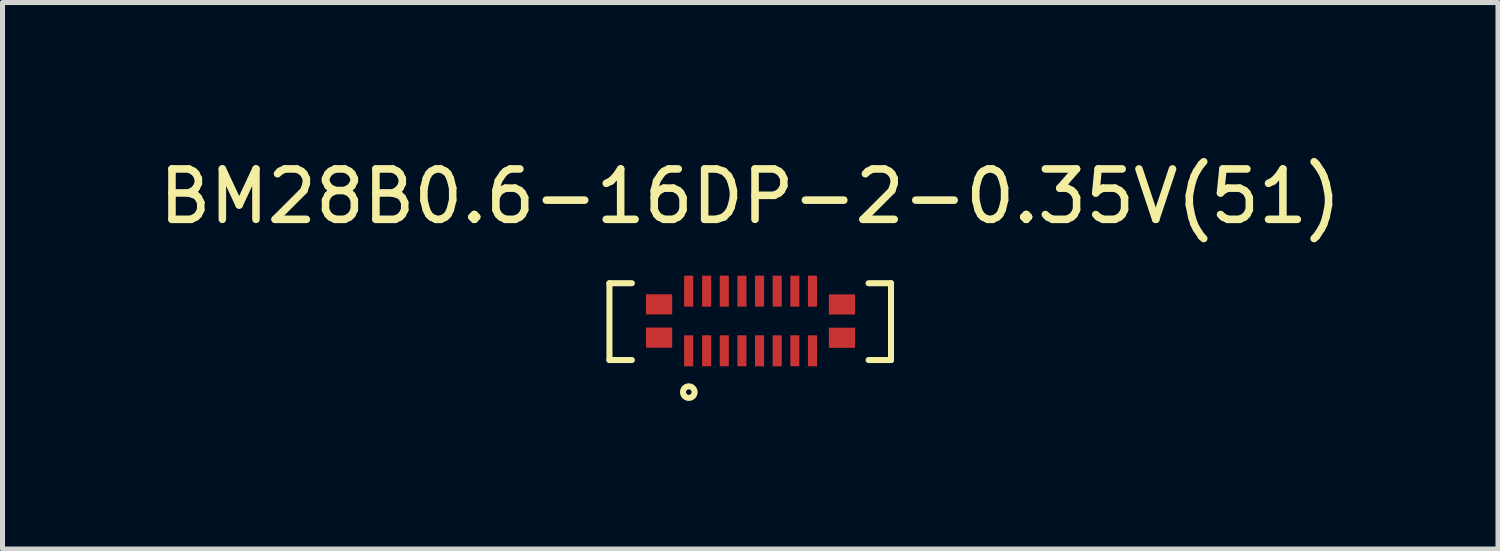
<source format=kicad_pcb>
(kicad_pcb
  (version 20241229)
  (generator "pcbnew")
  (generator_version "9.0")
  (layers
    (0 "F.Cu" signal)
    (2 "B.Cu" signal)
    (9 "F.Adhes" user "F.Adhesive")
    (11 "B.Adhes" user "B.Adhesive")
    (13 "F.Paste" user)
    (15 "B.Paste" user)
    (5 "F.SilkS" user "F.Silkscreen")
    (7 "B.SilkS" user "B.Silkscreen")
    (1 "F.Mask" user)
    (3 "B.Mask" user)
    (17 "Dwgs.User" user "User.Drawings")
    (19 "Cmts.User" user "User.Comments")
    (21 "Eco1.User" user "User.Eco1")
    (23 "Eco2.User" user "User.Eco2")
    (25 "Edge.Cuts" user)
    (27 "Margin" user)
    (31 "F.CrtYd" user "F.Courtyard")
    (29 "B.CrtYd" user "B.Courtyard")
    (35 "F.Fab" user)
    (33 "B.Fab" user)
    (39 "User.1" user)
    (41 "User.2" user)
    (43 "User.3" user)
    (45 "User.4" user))
  (footprint "BM28B0.6-16DP-2-0.35V(51)"
    (layer "F.Cu")
    (at 11.839 0.348)
    (property "Reference" "BM28B0.6-16DP-2-0.35V(51)" (at 0 0.5 0) (layer "F.SilkS") (effects (font (size 1 1) (thickness 0.15))))
    (attr through_hole)
    (fp_line (start -2.794 2.223) (end -2.794 3.747) (stroke (width 0.12) (type solid)) (layer "F.SilkS"))
    (fp_line (start -2.794 3.747) (end -2.349 3.747) (stroke (width 0.12) (type solid)) (layer "F.SilkS"))
    (fp_line (start -2.349 2.223) (end -2.794 2.223) (stroke (width 0.12) (type solid)) (layer "F.SilkS"))
    (fp_line (start 2.349 3.747) (end 2.794 3.747) (stroke (width 0.12) (type solid)) (layer "F.SilkS"))
    (fp_line (start 2.794 2.223) (end 2.349 2.223) (stroke (width 0.12) (type solid)) (layer "F.SilkS"))
    (fp_line (start 2.794 3.747) (end 2.794 2.223) (stroke (width 0.12) (type solid)) (layer "F.SilkS"))
    (fp_circle (center -1.219 4.384) (end -1.199 4.435) (stroke (width 0.12) (type solid)) (fill no) (layer "F.SilkS"))
    (pad "1" smd rect (at -1.222 3.564) (size 0.18 0.615) (layers "F.Cu" "F.Mask" "F.Paste"))
    (pad "2" smd rect (at -0.865 3.564) (size 0.18 0.615) (layers "F.Cu" "F.Mask" "F.Paste"))
    (pad "3" smd rect (at -0.515 3.564) (size 0.18 0.615) (layers "F.Cu" "F.Mask" "F.Paste"))
    (pad "4" smd rect (at -0.165 3.564) (size 0.18 0.615) (layers "F.Cu" "F.Mask" "F.Paste"))
    (pad "5" smd rect (at 0.185 3.564) (size 0.18 0.615) (layers "F.Cu" "F.Mask" "F.Paste"))
    (pad "6" smd rect (at 0.535 3.564) (size 0.18 0.615) (layers "F.Cu" "F.Mask" "F.Paste"))
    (pad "7" smd rect (at 0.885 3.564) (size 0.18 0.615) (layers "F.Cu" "F.Mask" "F.Paste"))
    (pad "8" smd rect (at 1.235 3.564) (size 0.18 0.615) (layers "F.Cu" "F.Mask" "F.Paste"))
    (pad "9" smd rect (at 1.235 2.38) (size 0.18 0.615) (layers "F.Cu" "F.Mask" "F.Paste"))
    (pad "10" smd rect (at 0.885 2.38) (size 0.18 0.615) (layers "F.Cu" "F.Mask" "F.Paste"))
    (pad "11" smd rect (at 0.535 2.38) (size 0.18 0.615) (layers "F.Cu" "F.Mask" "F.Paste"))
    (pad "12" smd rect (at 0.185 2.38) (size 0.18 0.615) (layers "F.Cu" "F.Mask" "F.Paste"))
    (pad "13" smd rect (at -0.165 2.38) (size 0.18 0.615) (layers "F.Cu" "F.Mask" "F.Paste"))
    (pad "14" smd rect (at -0.515 2.38) (size 0.18 0.615) (layers "F.Cu" "F.Mask" "F.Paste"))
    (pad "15" smd rect (at -0.865 2.38) (size 0.18 0.615) (layers "F.Cu" "F.Mask" "F.Paste"))
    (pad "16" smd rect (at -1.222 2.38) (size 0.18 0.615) (layers "F.Cu" "F.Mask" "F.Paste"))
    (pad "17" smd rect (at -1.809 2.642 180) (size 0.52 0.4) (layers "F.Cu" "F.Mask" "F.Paste"))
    (pad "18" smd rect (at -1.809 3.302) (size 0.52 0.4) (layers "F.Cu" "F.Mask" "F.Paste"))
    (pad "19" smd rect (at 1.82 3.305) (size 0.52 0.4) (layers "F.Cu" "F.Mask" "F.Paste"))
    (pad "20" smd rect (at 1.82 2.644 180) (size 0.52 0.4) (layers "F.Cu" "F.Mask" "F.Paste")))
  (gr_rect
    (start -3 -3)
    (end 26.679 7.847)
    (stroke (width 0.1) (type default))
    (fill no)
    (layer "Edge.Cuts")))
</source>
